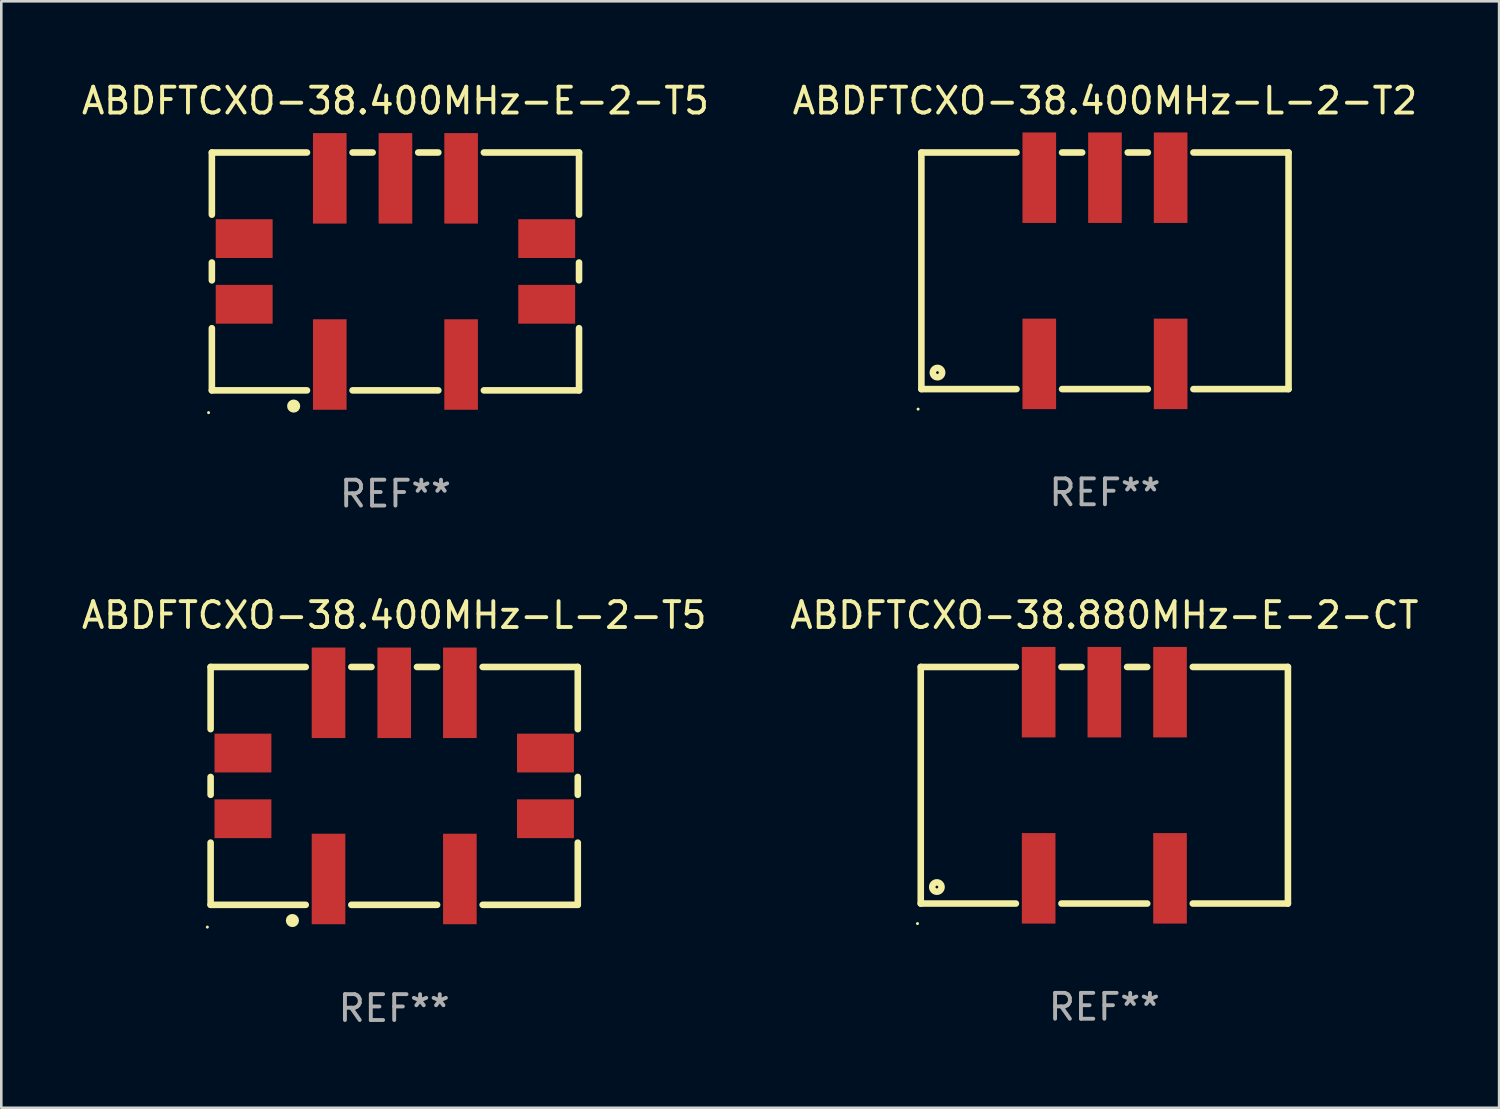
<source format=kicad_pcb>
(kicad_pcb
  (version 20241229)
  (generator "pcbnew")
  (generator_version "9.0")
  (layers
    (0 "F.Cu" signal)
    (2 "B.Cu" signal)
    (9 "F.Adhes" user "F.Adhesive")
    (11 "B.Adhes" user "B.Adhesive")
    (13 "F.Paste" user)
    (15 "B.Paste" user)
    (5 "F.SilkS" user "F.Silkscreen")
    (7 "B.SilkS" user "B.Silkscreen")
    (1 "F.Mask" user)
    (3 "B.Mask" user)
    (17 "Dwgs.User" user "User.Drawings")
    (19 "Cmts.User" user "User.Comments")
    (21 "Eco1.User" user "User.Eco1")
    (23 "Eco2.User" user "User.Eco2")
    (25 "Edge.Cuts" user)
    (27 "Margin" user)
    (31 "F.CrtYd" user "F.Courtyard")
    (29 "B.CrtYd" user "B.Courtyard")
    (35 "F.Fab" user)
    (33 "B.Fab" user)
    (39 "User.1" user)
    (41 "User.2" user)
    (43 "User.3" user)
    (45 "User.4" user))
  (footprint "ABDFTCXO-38.880MHz-E-2-CT"
    (layer "F.Cu")
    (at 39.661 27.32)
    (property "Reference" "ABDFTCXO-38.880MHz-E-2-CT" (at 0 -6.575 0) (layer "F.SilkS") (effects (font (size 1 1) (thickness 0.15))))
    (attr through_hole)
    (fp_line (start -7.1 -4.575) (end -7.1 4.575) (stroke (width 0.254) (type solid)) (layer "F.SilkS"))
    (fp_line (start -7.1 -4.575) (end -3.421 -4.575) (stroke (width 0.254) (type solid)) (layer "F.SilkS"))
    (fp_line (start -7.1 4.575) (end -3.421 4.575) (stroke (width 0.254) (type solid)) (layer "F.SilkS"))
    (fp_line (start -1.659 -4.575) (end -0.881 -4.575) (stroke (width 0.254) (type solid)) (layer "F.SilkS"))
    (fp_line (start -1.659 4.575) (end 1.659 4.575) (stroke (width 0.254) (type solid)) (layer "F.SilkS"))
    (fp_line (start 0.881 -4.575) (end 1.659 -4.575) (stroke (width 0.254) (type solid)) (layer "F.SilkS"))
    (fp_line (start 3.421 -4.575) (end 7.1 -4.575) (stroke (width 0.254) (type solid)) (layer "F.SilkS"))
    (fp_line (start 3.421 4.575) (end 7.1 4.575) (stroke (width 0.254) (type solid)) (layer "F.SilkS"))
    (fp_line (start 7.1 -4.575) (end 7.1 4.575) (stroke (width 0.254) (type solid)) (layer "F.SilkS"))
    (fp_circle (center -7.227 5.35) (end -7.197 5.35) (stroke (width 0.06) (type solid)) (fill no) (layer "F.SilkS"))
    (fp_circle (center -6.477 3.937) (end -6.297 3.937) (stroke (width 0.254) (type solid)) (fill no) (layer "F.SilkS"))
    (fp_text user "REF**" (at 0 8.575 0) (layer "F.Fab") (effects (font (size 1 1) (thickness 0.15))))
    (pad "1" smd rect (at -2.54 3.6) (size 1.3 3.5) (layers "F.Cu" "F.Mask" "F.Paste"))
    (pad "2" smd rect (at 2.54 3.6) (size 1.3 3.5) (layers "F.Cu" "F.Mask" "F.Paste"))
    (pad "3" smd rect (at 2.54 -3.6) (size 1.3 3.5) (layers "F.Cu" "F.Mask" "F.Paste"))
    (pad "4" smd rect (at 0 -3.6) (size 1.3 3.5) (layers "F.Cu" "F.Mask" "F.Paste"))
    (pad "5" smd rect (at -2.54 -3.6) (size 1.3 3.5) (layers "F.Cu" "F.Mask" "F.Paste")))
  (footprint "ABDFTCXO-38.400MHz-L-2-T2"
    (layer "F.Cu")
    (at 39.685 7.423)
    (property "Reference" "ABDFTCXO-38.400MHz-L-2-T2" (at 0 -6.575 0) (layer "F.SilkS") (effects (font (size 1 1) (thickness 0.15))))
    (attr through_hole)
    (fp_line (start -7.1 -4.575) (end -7.1 4.575) (stroke (width 0.254) (type solid)) (layer "F.SilkS"))
    (fp_line (start -7.1 -4.575) (end -3.421 -4.575) (stroke (width 0.254) (type solid)) (layer "F.SilkS"))
    (fp_line (start -7.1 4.575) (end -3.421 4.575) (stroke (width 0.254) (type solid)) (layer "F.SilkS"))
    (fp_line (start -1.659 -4.575) (end -0.881 -4.575) (stroke (width 0.254) (type solid)) (layer "F.SilkS"))
    (fp_line (start -1.659 4.575) (end 1.659 4.575) (stroke (width 0.254) (type solid)) (layer "F.SilkS"))
    (fp_line (start 0.881 -4.575) (end 1.659 -4.575) (stroke (width 0.254) (type solid)) (layer "F.SilkS"))
    (fp_line (start 3.421 -4.575) (end 7.1 -4.575) (stroke (width 0.254) (type solid)) (layer "F.SilkS"))
    (fp_line (start 3.421 4.575) (end 7.1 4.575) (stroke (width 0.254) (type solid)) (layer "F.SilkS"))
    (fp_line (start 7.1 -4.575) (end 7.1 4.575) (stroke (width 0.254) (type solid)) (layer "F.SilkS"))
    (fp_circle (center -7.227 5.35) (end -7.197 5.35) (stroke (width 0.06) (type solid)) (fill no) (layer "F.SilkS"))
    (fp_circle (center -6.477 3.937) (end -6.297 3.937) (stroke (width 0.254) (type solid)) (fill no) (layer "F.SilkS"))
    (fp_text user "REF**" (at 0 8.575 0) (layer "F.Fab") (effects (font (size 1 1) (thickness 0.15))))
    (pad "1" smd rect (at -2.54 3.6) (size 1.3 3.5) (layers "F.Cu" "F.Mask" "F.Paste"))
    (pad "2" smd rect (at 2.54 3.6) (size 1.3 3.5) (layers "F.Cu" "F.Mask" "F.Paste"))
    (pad "3" smd rect (at 2.54 -3.6) (size 1.3 3.5) (layers "F.Cu" "F.Mask" "F.Paste"))
    (pad "4" smd rect (at 0 -3.6) (size 1.3 3.5) (layers "F.Cu" "F.Mask" "F.Paste"))
    (pad "5" smd rect (at -2.54 -3.6) (size 1.3 3.5) (layers "F.Cu" "F.Mask" "F.Paste")))
  (footprint "ABDFTCXO-38.400MHz-L-2-T5"
    (layer "F.Cu")
    (at 12.196 27.345)
    (property "Reference" "ABDFTCXO-38.400MHz-L-2-T5" (at 0 -6.6 0) (layer "F.SilkS") (effects (font (size 1 1) (thickness 0.15))))
    (attr through_hole)
    (fp_line (start -7.1 -4.6) (end -7.1 -2.195) (stroke (width 0.254) (type solid)) (layer "F.SilkS"))
    (fp_line (start -7.1 -4.6) (end -3.421 -4.6) (stroke (width 0.254) (type solid)) (layer "F.SilkS"))
    (fp_line (start -7.1 -0.345) (end -7.1 0.345) (stroke (width 0.254) (type solid)) (layer "F.SilkS"))
    (fp_line (start -7.1 2.195) (end -7.1 4.6) (stroke (width 0.254) (type solid)) (layer "F.SilkS"))
    (fp_line (start -7.1 4.6) (end -3.421 4.6) (stroke (width 0.254) (type solid)) (layer "F.SilkS"))
    (fp_line (start -1.659 -4.6) (end -0.881 -4.6) (stroke (width 0.254) (type solid)) (layer "F.SilkS"))
    (fp_line (start -1.659 4.6) (end 1.659 4.6) (stroke (width 0.254) (type solid)) (layer "F.SilkS"))
    (fp_line (start 0.881 -4.6) (end 1.659 -4.6) (stroke (width 0.254) (type solid)) (layer "F.SilkS"))
    (fp_line (start 3.421 -4.6) (end 7.1 -4.6) (stroke (width 0.254) (type solid)) (layer "F.SilkS"))
    (fp_line (start 3.421 4.6) (end 7.1 4.6) (stroke (width 0.254) (type solid)) (layer "F.SilkS"))
    (fp_line (start 7.1 -4.6) (end 7.1 -2.195) (stroke (width 0.254) (type solid)) (layer "F.SilkS"))
    (fp_line (start 7.1 -0.345) (end 7.1 0.345) (stroke (width 0.254) (type solid)) (layer "F.SilkS"))
    (fp_line (start 7.1 2.195) (end 7.1 4.6) (stroke (width 0.254) (type solid)) (layer "F.SilkS"))
    (fp_circle (center -7.227 5.461) (end -7.197 5.461) (stroke (width 0.06) (type solid)) (fill no) (layer "F.SilkS"))
    (fp_circle (center -3.937 5.207) (end -3.81 5.207) (stroke (width 0.254) (type solid)) (fill no) (layer "F.SilkS"))
    (fp_text user "REF**" (at 0 8.6 0) (layer "F.Fab") (effects (font (size 1 1) (thickness 0.15))))
    (pad "1" smd rect (at -2.54 3.6) (size 1.3 3.5) (layers "F.Cu" "F.Mask" "F.Paste"))
    (pad "2" smd rect (at 2.54 3.6) (size 1.3 3.5) (layers "F.Cu" "F.Mask" "F.Paste"))
    (pad "3" smd rect (at 2.54 -3.6) (size 1.3 3.5) (layers "F.Cu" "F.Mask" "F.Paste"))
    (pad "4" smd rect (at 0 -3.6) (size 1.3 3.5) (layers "F.Cu" "F.Mask" "F.Paste"))
    (pad "5" smd rect (at -2.54 -3.6) (size 1.3 3.5) (layers "F.Cu" "F.Mask" "F.Paste"))
    (pad "6" smd rect (at 5.85 1.27 90) (size 1.5 2.2) (layers "F.Cu" "F.Mask" "F.Paste"))
    (pad "7" smd rect (at 5.85 -1.27 90) (size 1.5 2.2) (layers "F.Cu" "F.Mask" "F.Paste"))
    (pad "8" smd rect (at -5.85 -1.27 90) (size 1.5 2.2) (layers "F.Cu" "F.Mask" "F.Paste"))
    (pad "9" smd rect (at -5.85 1.27 90) (size 1.5 2.2) (layers "F.Cu" "F.Mask" "F.Paste")))
  (footprint "ABDFTCXO-38.400MHz-E-2-T5"
    (layer "F.Cu")
    (at 12.244 7.448)
    (property "Reference" "ABDFTCXO-38.400MHz-E-2-T5" (at 0 -6.6 0) (layer "F.SilkS") (effects (font (size 1 1) (thickness 0.15))))
    (attr through_hole)
    (fp_line (start -7.1 -4.6) (end -7.1 -2.195) (stroke (width 0.254) (type solid)) (layer "F.SilkS"))
    (fp_line (start -7.1 -4.6) (end -3.421 -4.6) (stroke (width 0.254) (type solid)) (layer "F.SilkS"))
    (fp_line (start -7.1 -0.345) (end -7.1 0.345) (stroke (width 0.254) (type solid)) (layer "F.SilkS"))
    (fp_line (start -7.1 2.195) (end -7.1 4.6) (stroke (width 0.254) (type solid)) (layer "F.SilkS"))
    (fp_line (start -7.1 4.6) (end -3.421 4.6) (stroke (width 0.254) (type solid)) (layer "F.SilkS"))
    (fp_line (start -1.659 -4.6) (end -0.881 -4.6) (stroke (width 0.254) (type solid)) (layer "F.SilkS"))
    (fp_line (start -1.659 4.6) (end 1.659 4.6) (stroke (width 0.254) (type solid)) (layer "F.SilkS"))
    (fp_line (start 0.881 -4.6) (end 1.659 -4.6) (stroke (width 0.254) (type solid)) (layer "F.SilkS"))
    (fp_line (start 3.421 -4.6) (end 7.1 -4.6) (stroke (width 0.254) (type solid)) (layer "F.SilkS"))
    (fp_line (start 3.421 4.6) (end 7.1 4.6) (stroke (width 0.254) (type solid)) (layer "F.SilkS"))
    (fp_line (start 7.1 -4.6) (end 7.1 -2.195) (stroke (width 0.254) (type solid)) (layer "F.SilkS"))
    (fp_line (start 7.1 -0.345) (end 7.1 0.345) (stroke (width 0.254) (type solid)) (layer "F.SilkS"))
    (fp_line (start 7.1 2.195) (end 7.1 4.6) (stroke (width 0.254) (type solid)) (layer "F.SilkS"))
    (fp_circle (center -7.227 5.461) (end -7.197 5.461) (stroke (width 0.06) (type solid)) (fill no) (layer "F.SilkS"))
    (fp_circle (center -3.937 5.207) (end -3.81 5.207) (stroke (width 0.254) (type solid)) (fill no) (layer "F.SilkS"))
    (fp_text user "REF**" (at 0 8.6 0) (layer "F.Fab") (effects (font (size 1 1) (thickness 0.15))))
    (pad "1" smd rect (at -2.54 3.6) (size 1.3 3.5) (layers "F.Cu" "F.Mask" "F.Paste"))
    (pad "2" smd rect (at 2.54 3.6) (size 1.3 3.5) (layers "F.Cu" "F.Mask" "F.Paste"))
    (pad "3" smd rect (at 2.54 -3.6) (size 1.3 3.5) (layers "F.Cu" "F.Mask" "F.Paste"))
    (pad "4" smd rect (at 0 -3.6) (size 1.3 3.5) (layers "F.Cu" "F.Mask" "F.Paste"))
    (pad "5" smd rect (at -2.54 -3.6) (size 1.3 3.5) (layers "F.Cu" "F.Mask" "F.Paste"))
    (pad "6" smd rect (at 5.85 1.27 90) (size 1.5 2.2) (layers "F.Cu" "F.Mask" "F.Paste"))
    (pad "7" smd rect (at 5.85 -1.27 90) (size 1.5 2.2) (layers "F.Cu" "F.Mask" "F.Paste"))
    (pad "8" smd rect (at -5.85 -1.27 90) (size 1.5 2.2) (layers "F.Cu" "F.Mask" "F.Paste"))
    (pad "9" smd rect (at -5.85 1.27 90) (size 1.5 2.2) (layers "F.Cu" "F.Mask" "F.Paste")))
  (gr_rect
    (start -3 -3)
    (end 54.929 39.793)
    (stroke (width 0.1) (type default))
    (fill no)
    (layer "Edge.Cuts")))
</source>
